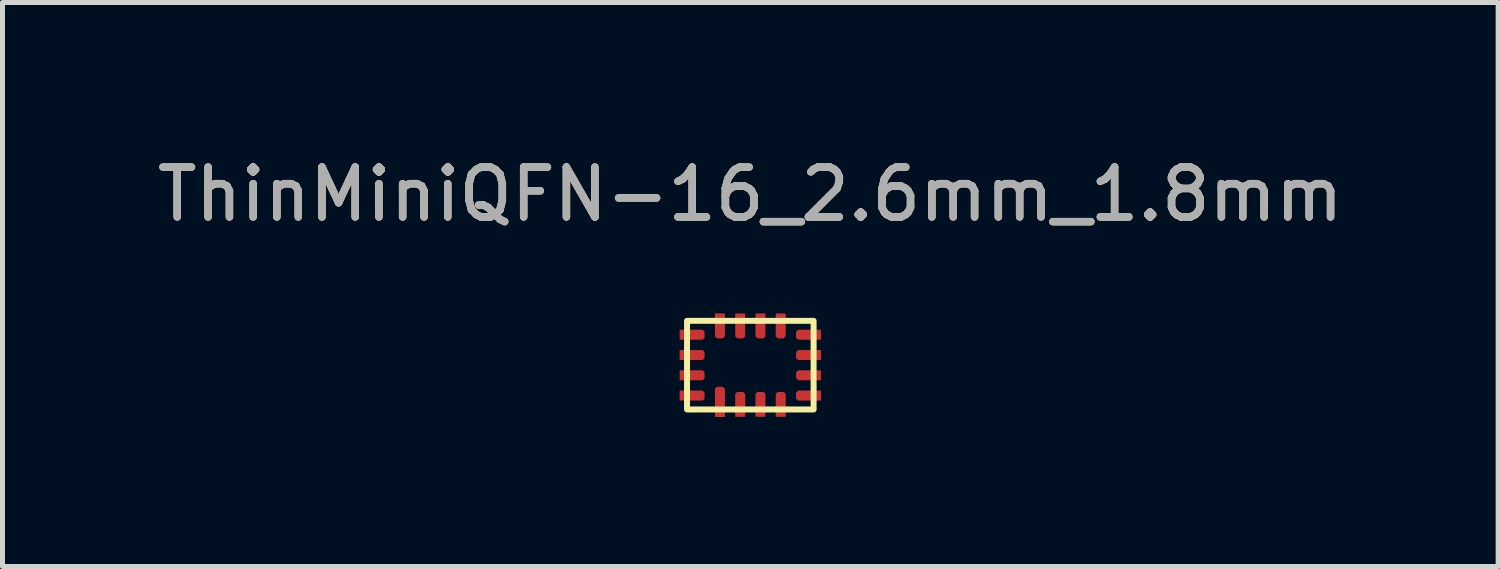
<source format=kicad_pcb>
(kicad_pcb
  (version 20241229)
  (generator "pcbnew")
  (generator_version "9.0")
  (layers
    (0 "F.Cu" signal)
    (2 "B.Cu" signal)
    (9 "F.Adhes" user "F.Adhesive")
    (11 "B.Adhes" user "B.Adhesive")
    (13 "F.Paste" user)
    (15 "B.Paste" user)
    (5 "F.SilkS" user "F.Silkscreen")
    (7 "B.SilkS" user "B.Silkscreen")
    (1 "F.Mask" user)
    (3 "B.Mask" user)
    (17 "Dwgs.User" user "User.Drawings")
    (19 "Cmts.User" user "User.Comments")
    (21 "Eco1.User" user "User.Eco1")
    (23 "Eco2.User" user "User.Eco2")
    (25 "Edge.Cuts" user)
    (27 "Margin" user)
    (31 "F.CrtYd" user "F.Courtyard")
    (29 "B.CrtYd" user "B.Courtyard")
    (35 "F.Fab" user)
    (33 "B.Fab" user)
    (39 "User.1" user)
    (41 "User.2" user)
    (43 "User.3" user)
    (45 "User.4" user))
  (footprint "ThinMiniQFN-16_2.6mm_1.8mm"
    (layer "F.Cu")
    (at 12.006 4.277)
    (property "Reference" "ThinMiniQFN-16_2.6mm_1.8mm" (at 0 -3.429 0) (unlocked yes) (layer "F.SilkS") (effects (font (size 1 1) (thickness 0.15))))
    (attr smd)
    (fp_rect (start -1.27 -0.889) (end 1.27 0.889) (stroke (width 0.12) (type solid)) (fill no) (layer "F.SilkS"))
    (fp_text user "${REFERENCE}" (at 0 -3.429 0) (unlocked yes) (layer "F.Fab") (effects (font (size 1 1) (thickness 0.15))))
    (pad "1" smd roundrect (at -0.61 0.737 270) (size 0.606 0.2) (layers "F.Cu" "F.Mask" "F.Paste") (roundrect_rratio 0) (chamfer_ratio 0.2) (chamfer top_left bottom_left))
    (pad "2" smd roundrect (at -0.203 0.787 270) (size 0.5 0.2) (layers "F.Cu" "F.Mask" "F.Paste") (roundrect_rratio 0) (chamfer_ratio 0.2) (chamfer top_left bottom_left))
    (pad "3" smd roundrect (at 0.203 0.787 270) (size 0.5 0.2) (layers "F.Cu" "F.Mask" "F.Paste") (roundrect_rratio 0) (chamfer_ratio 0.2) (chamfer top_left bottom_left))
    (pad "4" smd roundrect (at 0.61 0.787 270) (size 0.5 0.2) (layers "F.Cu" "F.Mask" "F.Paste") (roundrect_rratio 0) (chamfer_ratio 0.2) (chamfer top_left bottom_left))
    (pad "5" smd roundrect (at 1.168 0.61) (size 0.5 0.2) (layers "F.Cu" "F.Mask" "F.Paste") (roundrect_rratio 0) (chamfer_ratio 0.2) (chamfer top_left bottom_left))
    (pad "6" smd roundrect (at 1.168 0.203) (size 0.5 0.2) (layers "F.Cu" "F.Mask" "F.Paste") (roundrect_rratio 0) (chamfer_ratio 0.2) (chamfer top_left bottom_left))
    (pad "7" smd roundrect (at 1.168 -0.203) (size 0.5 0.2) (layers "F.Cu" "F.Mask" "F.Paste") (roundrect_rratio 0) (chamfer_ratio 0.2) (chamfer top_left bottom_left))
    (pad "8" smd roundrect (at 1.168 -0.61) (size 0.5 0.2) (layers "F.Cu" "F.Mask" "F.Paste") (roundrect_rratio 0) (chamfer_ratio 0.2) (chamfer top_left bottom_left))
    (pad "9" smd roundrect (at 0.61 -0.787 90) (size 0.5 0.2) (layers "F.Cu" "F.Mask" "F.Paste") (roundrect_rratio 0) (chamfer_ratio 0.2) (chamfer top_left bottom_left))
    (pad "10" smd roundrect (at 0.203 -0.787 90) (size 0.5 0.2) (layers "F.Cu" "F.Mask" "F.Paste") (roundrect_rratio 0) (chamfer_ratio 0.2) (chamfer top_left bottom_left))
    (pad "11" smd roundrect (at -0.203 -0.787 90) (size 0.5 0.2) (layers "F.Cu" "F.Mask" "F.Paste") (roundrect_rratio 0) (chamfer_ratio 0.2) (chamfer top_left bottom_left))
    (pad "12" smd roundrect (at -0.61 -0.787 90) (size 0.5 0.2) (layers "F.Cu" "F.Mask" "F.Paste") (roundrect_rratio 0) (chamfer_ratio 0.2) (chamfer top_left bottom_left))
    (pad "13" smd roundrect (at -1.168 -0.61 180) (size 0.5 0.2) (layers "F.Cu" "F.Mask" "F.Paste") (roundrect_rratio 0) (chamfer_ratio 0.2) (chamfer top_left bottom_left))
    (pad "14" smd roundrect (at -1.168 -0.203 180) (size 0.5 0.2) (layers "F.Cu" "F.Mask" "F.Paste") (roundrect_rratio 0) (chamfer_ratio 0.2) (chamfer top_left bottom_left))
    (pad "15" smd roundrect (at -1.168 0.203 180) (size 0.5 0.2) (layers "F.Cu" "F.Mask" "F.Paste") (roundrect_rratio 0) (chamfer_ratio 0.2) (chamfer top_left bottom_left))
    (pad "16" smd roundrect (at -1.168 0.61 180) (size 0.5 0.2) (layers "F.Cu" "F.Mask" "F.Paste") (roundrect_rratio 0) (chamfer_ratio 0.2) (chamfer top_left bottom_left)))
  (gr_rect
    (start -3 -3)
    (end 27.012 8.317)
    (stroke (width 0.1) (type default))
    (fill no)
    (layer "Edge.Cuts")))
</source>
